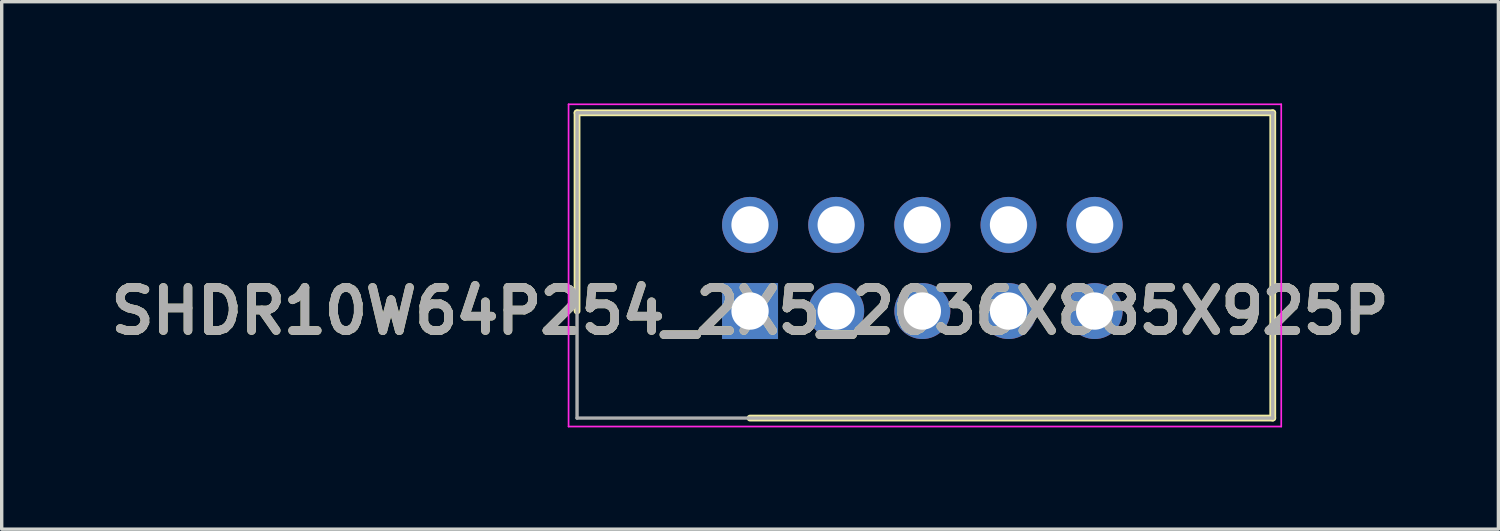
<source format=kicad_pcb>
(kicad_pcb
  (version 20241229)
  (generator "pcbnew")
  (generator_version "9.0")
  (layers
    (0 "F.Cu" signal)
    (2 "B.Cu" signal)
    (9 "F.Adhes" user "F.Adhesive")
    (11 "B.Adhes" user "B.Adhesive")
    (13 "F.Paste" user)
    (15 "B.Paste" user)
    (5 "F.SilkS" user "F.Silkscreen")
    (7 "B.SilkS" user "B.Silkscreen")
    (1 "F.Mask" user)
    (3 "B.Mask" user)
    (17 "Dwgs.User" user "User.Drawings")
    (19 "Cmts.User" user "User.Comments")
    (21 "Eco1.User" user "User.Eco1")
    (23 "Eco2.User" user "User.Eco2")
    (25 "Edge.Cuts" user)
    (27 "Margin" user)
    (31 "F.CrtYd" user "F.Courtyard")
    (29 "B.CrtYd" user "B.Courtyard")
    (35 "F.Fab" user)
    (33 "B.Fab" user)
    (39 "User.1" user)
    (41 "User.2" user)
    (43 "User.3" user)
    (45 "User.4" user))
  (footprint "SHDR10W64P254_2X5_2036X885X925P"
    (layer "F.Cu")
    (at 19.062 6.12)
    (property "Reference" "SHDR10W64P254_2X5_2036X885X925P" (at 0 0 0) (layer "F.SilkS") (effects (font (size 1.27 1.27) (thickness 0.254))))
    (attr through_hole)
    (fp_line (start -5.1 -5.845) (end -5.1 0) (stroke (width 0.2) (type solid)) (layer "F.SilkS"))
    (fp_line (start 0 3.155) (end 15.41 3.155) (stroke (width 0.2) (type solid)) (layer "F.SilkS"))
    (fp_line (start 15.41 -5.845) (end -5.1 -5.845) (stroke (width 0.2) (type solid)) (layer "F.SilkS"))
    (fp_line (start 15.41 3.155) (end 15.41 -5.845) (stroke (width 0.2) (type solid)) (layer "F.SilkS"))
    (fp_line (start -5.35 -6.095) (end 15.66 -6.095) (stroke (width 0.05) (type solid)) (layer "F.CrtYd"))
    (fp_line (start -5.35 3.405) (end -5.35 -6.095) (stroke (width 0.05) (type solid)) (layer "F.CrtYd"))
    (fp_line (start 15.66 -6.095) (end 15.66 3.405) (stroke (width 0.05) (type solid)) (layer "F.CrtYd"))
    (fp_line (start 15.66 3.405) (end -5.35 3.405) (stroke (width 0.05) (type solid)) (layer "F.CrtYd"))
    (fp_line (start -5.1 -5.845) (end 15.41 -5.845) (stroke (width 0.1) (type solid)) (layer "F.Fab"))
    (fp_line (start -5.1 3.155) (end -5.1 -5.845) (stroke (width 0.1) (type solid)) (layer "F.Fab"))
    (fp_line (start 15.41 -5.845) (end 15.41 3.155) (stroke (width 0.1) (type solid)) (layer "F.Fab"))
    (fp_line (start 15.41 3.155) (end -5.1 3.155) (stroke (width 0.1) (type solid)) (layer "F.Fab"))
    (fp_text user "${REFERENCE}" (at 0 0 0) (layer "F.Fab") (effects (font (size 1.27 1.27) (thickness 0.254))))
    (pad "1" thru_hole rect (at 0 0) (size 1.65 1.65) (drill 1.1) (layers "*.Cu" "*.Mask"))
    (pad "2" thru_hole circle (at 0 -2.54) (size 1.65 1.65) (drill 1.1) (layers "*.Cu" "*.Mask"))
    (pad "3" thru_hole circle (at 2.54 0) (size 1.65 1.65) (drill 1.1) (layers "*.Cu" "*.Mask"))
    (pad "4" thru_hole circle (at 2.54 -2.54) (size 1.65 1.65) (drill 1.1) (layers "*.Cu" "*.Mask"))
    (pad "5" thru_hole circle (at 5.08 0) (size 1.65 1.65) (drill 1.1) (layers "*.Cu" "*.Mask"))
    (pad "6" thru_hole circle (at 5.08 -2.54) (size 1.65 1.65) (drill 1.1) (layers "*.Cu" "*.Mask"))
    (pad "7" thru_hole circle (at 7.62 0) (size 1.65 1.65) (drill 1.1) (layers "*.Cu" "*.Mask"))
    (pad "8" thru_hole circle (at 7.62 -2.54) (size 1.65 1.65) (drill 1.1) (layers "*.Cu" "*.Mask"))
    (pad "9" thru_hole circle (at 10.16 0) (size 1.65 1.65) (drill 1.1) (layers "*.Cu" "*.Mask"))
    (pad "10" thru_hole circle (at 10.16 -2.54) (size 1.65 1.65) (drill 1.1) (layers "*.Cu" "*.Mask")))
  (gr_rect
    (start -3 -3)
    (end 41.124 12.55)
    (stroke (width 0.1) (type default))
    (fill no)
    (layer "Edge.Cuts")))
</source>
